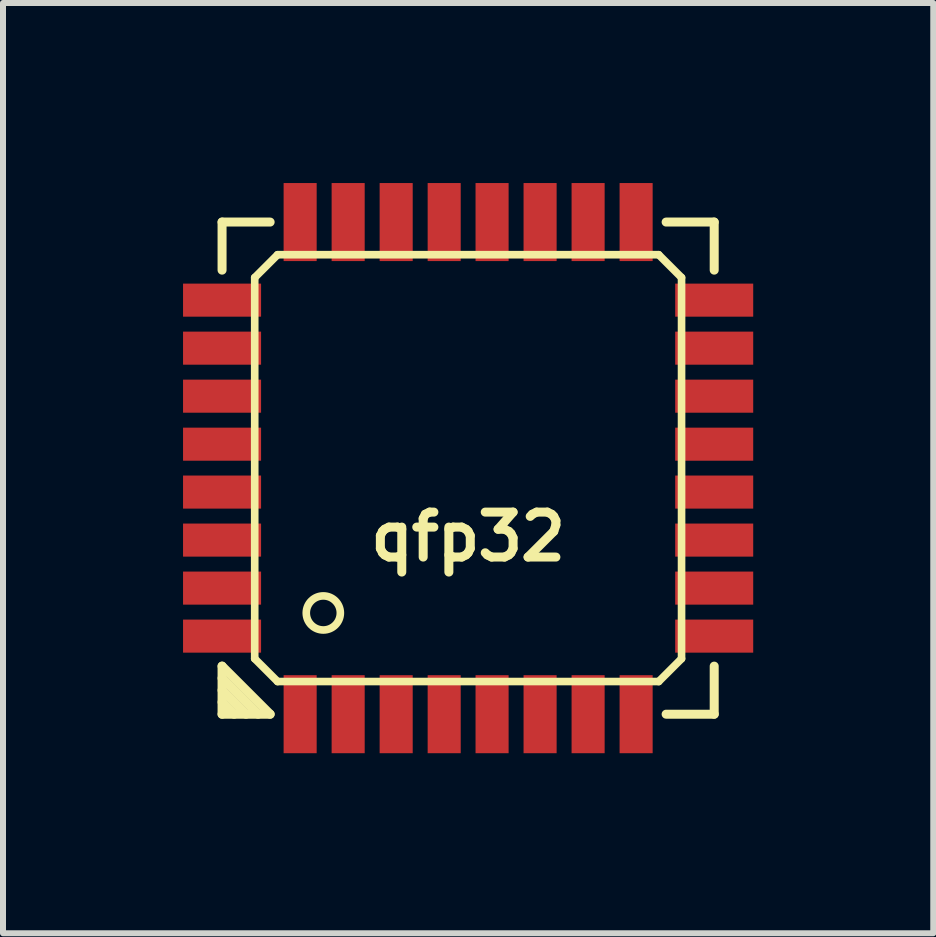
<source format=kicad_pcb>
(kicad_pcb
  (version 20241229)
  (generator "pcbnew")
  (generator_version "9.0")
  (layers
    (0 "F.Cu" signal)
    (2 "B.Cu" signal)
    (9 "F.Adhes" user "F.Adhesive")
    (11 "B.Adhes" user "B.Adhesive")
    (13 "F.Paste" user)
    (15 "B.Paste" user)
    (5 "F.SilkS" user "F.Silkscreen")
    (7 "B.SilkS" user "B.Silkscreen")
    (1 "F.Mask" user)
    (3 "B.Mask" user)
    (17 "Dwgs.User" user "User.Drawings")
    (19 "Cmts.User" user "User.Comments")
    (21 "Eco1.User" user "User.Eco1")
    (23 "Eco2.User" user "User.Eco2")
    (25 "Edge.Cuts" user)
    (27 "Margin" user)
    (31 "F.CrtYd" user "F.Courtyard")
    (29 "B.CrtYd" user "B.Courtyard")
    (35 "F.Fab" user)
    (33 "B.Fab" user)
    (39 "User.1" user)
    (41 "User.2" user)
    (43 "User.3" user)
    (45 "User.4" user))
  (footprint "qfp32"
    (layer "F.Cu")
    (at 4.75 4.75)
    (property "Reference" "qfp32" (at 0 1.143 0) (layer "F.SilkS") (effects (font (size 0.749 0.749) (thickness 0.15))))
    (attr smd)
    (fp_line (start -4.1 -4.1) (end -3.299 -4.1) (stroke (width 0.15) (type solid)) (layer "F.SilkS"))
    (fp_line (start -4.1 -3.299) (end -4.1 -4.1) (stroke (width 0.15) (type solid)) (layer "F.SilkS"))
    (fp_line (start -4.1 3.299) (end -3.299 4.1) (stroke (width 0.15) (type solid)) (layer "F.SilkS"))
    (fp_line (start -4.1 3.701) (end -3.701 4.1) (stroke (width 0.15) (type solid)) (layer "F.SilkS"))
    (fp_line (start -4.1 4.1) (end -4.1 3.299) (stroke (width 0.15) (type solid)) (layer "F.SilkS"))
    (fp_line (start -3.899 4.1) (end -4.1 3.899) (stroke (width 0.15) (type solid)) (layer "F.SilkS"))
    (fp_line (start -3.556 -3.175) (end -3.175 -3.556) (stroke (width 0.127) (type solid)) (layer "F.SilkS"))
    (fp_line (start -3.556 3.175) (end -3.556 -3.175) (stroke (width 0.127) (type solid)) (layer "F.SilkS"))
    (fp_line (start -3.5 4.1) (end -4.1 3.5) (stroke (width 0.15) (type solid)) (layer "F.SilkS"))
    (fp_line (start -3.299 4.1) (end -4.1 4.1) (stroke (width 0.15) (type solid)) (layer "F.SilkS"))
    (fp_line (start -3.175 -3.556) (end 3.175 -3.556) (stroke (width 0.127) (type solid)) (layer "F.SilkS"))
    (fp_line (start -3.175 3.556) (end -3.556 3.175) (stroke (width 0.127) (type solid)) (layer "F.SilkS"))
    (fp_line (start 3.175 -3.556) (end 3.556 -3.175) (stroke (width 0.127) (type solid)) (layer "F.SilkS"))
    (fp_line (start 3.175 3.556) (end -3.175 3.556) (stroke (width 0.127) (type solid)) (layer "F.SilkS"))
    (fp_line (start 3.299 -4.1) (end 4.1 -4.1) (stroke (width 0.15) (type solid)) (layer "F.SilkS"))
    (fp_line (start 3.556 -3.175) (end 3.556 3.175) (stroke (width 0.127) (type solid)) (layer "F.SilkS"))
    (fp_line (start 3.556 3.175) (end 3.175 3.556) (stroke (width 0.127) (type solid)) (layer "F.SilkS"))
    (fp_line (start 4.1 -4.1) (end 4.1 -3.299) (stroke (width 0.15) (type solid)) (layer "F.SilkS"))
    (fp_line (start 4.1 3.299) (end 4.1 4.1) (stroke (width 0.15) (type solid)) (layer "F.SilkS"))
    (fp_line (start 4.1 4.1) (end 3.299 4.1) (stroke (width 0.15) (type solid)) (layer "F.SilkS"))
    (fp_circle (center -2.413 2.413) (end -2.667 2.54) (stroke (width 0.127) (type solid)) (fill no) (layer "F.SilkS"))
    (pad "1" smd rect (at -2.799 4.1) (size 0.551 1.3) (layers "F.Cu" "F.Mask" "F.Paste"))
    (pad "2" smd rect (at -1.999 4.1) (size 0.551 1.3) (layers "F.Cu" "F.Mask" "F.Paste"))
    (pad "3" smd rect (at -1.199 4.1) (size 0.551 1.3) (layers "F.Cu" "F.Mask" "F.Paste"))
    (pad "4" smd rect (at -0.399 4.1) (size 0.551 1.3) (layers "F.Cu" "F.Mask" "F.Paste"))
    (pad "5" smd rect (at 0.399 4.1) (size 0.551 1.3) (layers "F.Cu" "F.Mask" "F.Paste"))
    (pad "6" smd rect (at 1.199 4.1) (size 0.551 1.3) (layers "F.Cu" "F.Mask" "F.Paste"))
    (pad "7" smd rect (at 1.999 4.1) (size 0.551 1.3) (layers "F.Cu" "F.Mask" "F.Paste"))
    (pad "8" smd rect (at 2.799 4.1) (size 0.551 1.3) (layers "F.Cu" "F.Mask" "F.Paste"))
    (pad "9" smd rect (at 4.1 2.799) (size 1.3 0.551) (layers "F.Cu" "F.Mask" "F.Paste"))
    (pad "10" smd rect (at 4.1 1.999) (size 1.3 0.551) (layers "F.Cu" "F.Mask" "F.Paste"))
    (pad "11" smd rect (at 4.1 1.199) (size 1.3 0.551) (layers "F.Cu" "F.Mask" "F.Paste"))
    (pad "12" smd rect (at 4.1 0.399) (size 1.3 0.551) (layers "F.Cu" "F.Mask" "F.Paste"))
    (pad "13" smd rect (at 4.1 -0.399) (size 1.3 0.551) (layers "F.Cu" "F.Mask" "F.Paste"))
    (pad "14" smd rect (at 4.1 -1.199) (size 1.3 0.551) (layers "F.Cu" "F.Mask" "F.Paste"))
    (pad "15" smd rect (at 4.1 -1.999) (size 1.3 0.551) (layers "F.Cu" "F.Mask" "F.Paste"))
    (pad "16" smd rect (at 4.1 -2.799) (size 1.3 0.551) (layers "F.Cu" "F.Mask" "F.Paste"))
    (pad "17" smd rect (at 2.799 -4.1) (size 0.551 1.3) (layers "F.Cu" "F.Mask" "F.Paste"))
    (pad "18" smd rect (at 1.999 -4.1) (size 0.551 1.3) (layers "F.Cu" "F.Mask" "F.Paste"))
    (pad "19" smd rect (at 1.199 -4.1) (size 0.551 1.3) (layers "F.Cu" "F.Mask" "F.Paste"))
    (pad "20" smd rect (at 0.399 -4.1) (size 0.551 1.3) (layers "F.Cu" "F.Mask" "F.Paste"))
    (pad "21" smd rect (at -0.399 -4.1) (size 0.551 1.3) (layers "F.Cu" "F.Mask" "F.Paste"))
    (pad "22" smd rect (at -1.199 -4.1) (size 0.551 1.3) (layers "F.Cu" "F.Mask" "F.Paste"))
    (pad "23" smd rect (at -1.999 -4.1) (size 0.551 1.3) (layers "F.Cu" "F.Mask" "F.Paste"))
    (pad "24" smd rect (at -2.799 -4.1) (size 0.551 1.3) (layers "F.Cu" "F.Mask" "F.Paste"))
    (pad "25" smd rect (at -4.1 -2.799) (size 1.3 0.551) (layers "F.Cu" "F.Mask" "F.Paste"))
    (pad "26" smd rect (at -4.1 -1.999) (size 1.3 0.551) (layers "F.Cu" "F.Mask" "F.Paste"))
    (pad "27" smd rect (at -4.1 -1.199) (size 1.3 0.551) (layers "F.Cu" "F.Mask" "F.Paste"))
    (pad "28" smd rect (at -4.1 -0.399) (size 1.3 0.551) (layers "F.Cu" "F.Mask" "F.Paste"))
    (pad "29" smd rect (at -4.1 0.399) (size 1.3 0.551) (layers "F.Cu" "F.Mask" "F.Paste"))
    (pad "30" smd rect (at -4.1 1.199) (size 1.3 0.551) (layers "F.Cu" "F.Mask" "F.Paste"))
    (pad "31" smd rect (at -4.1 1.999) (size 1.3 0.551) (layers "F.Cu" "F.Mask" "F.Paste"))
    (pad "32" smd rect (at -4.1 2.799) (size 1.3 0.551) (layers "F.Cu" "F.Mask" "F.Paste")))
  (gr_rect
    (start -3 -3)
    (end 12.5 12.5)
    (stroke (width 0.1) (type default))
    (fill no)
    (layer "Edge.Cuts")))
</source>
